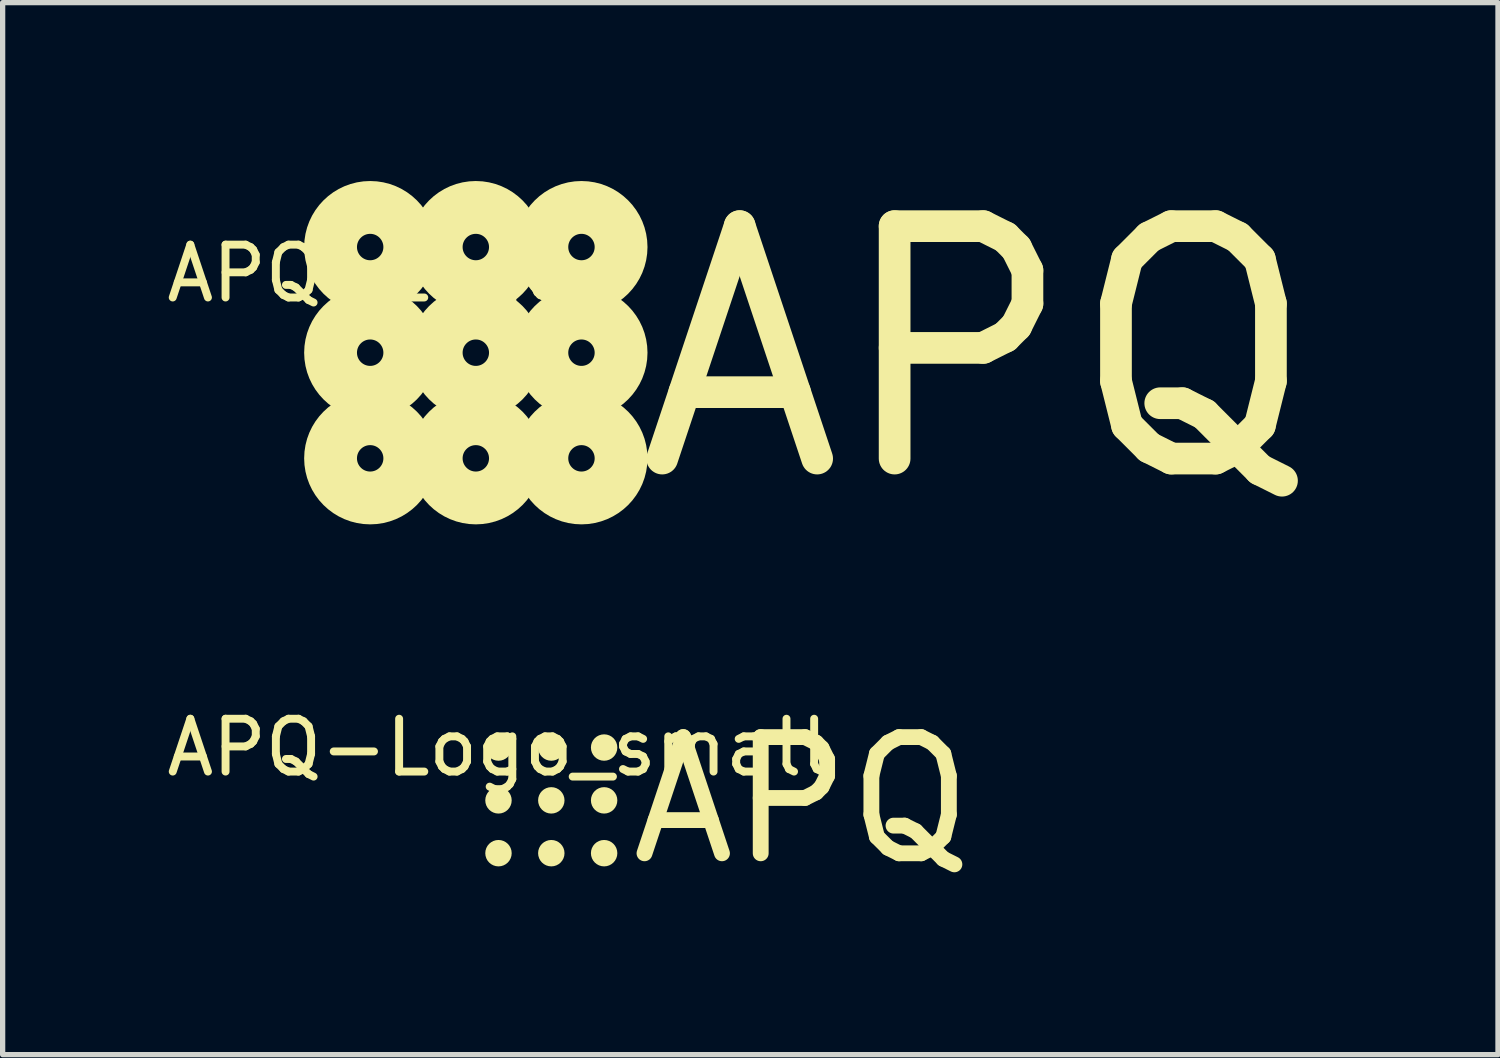
<source format=kicad_pcb>
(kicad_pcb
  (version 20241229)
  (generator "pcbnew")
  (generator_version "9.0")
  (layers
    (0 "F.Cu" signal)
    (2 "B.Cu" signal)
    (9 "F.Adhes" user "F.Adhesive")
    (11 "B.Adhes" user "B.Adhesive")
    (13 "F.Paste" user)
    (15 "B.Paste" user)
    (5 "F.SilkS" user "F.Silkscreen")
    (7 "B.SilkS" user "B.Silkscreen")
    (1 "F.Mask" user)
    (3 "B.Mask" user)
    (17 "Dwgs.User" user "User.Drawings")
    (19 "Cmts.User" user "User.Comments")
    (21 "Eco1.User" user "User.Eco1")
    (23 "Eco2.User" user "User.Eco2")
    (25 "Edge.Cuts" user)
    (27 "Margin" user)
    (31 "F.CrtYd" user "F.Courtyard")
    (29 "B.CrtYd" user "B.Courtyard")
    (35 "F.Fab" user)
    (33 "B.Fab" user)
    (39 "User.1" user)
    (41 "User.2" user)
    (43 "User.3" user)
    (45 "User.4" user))
  (footprint "APQ-Logo"
    (layer "F.Cu")
    (at 3.958 1.627)
    (property "Reference" "APQ-Logo" (at 0 0.5 0) (layer "F.SilkS") (effects (font (size 1 1) (thickness 0.15))))
    (attr exclude_from_pos_files exclude_from_bom)
    (fp_circle (center 0 0) (end 0.25 0) (stroke (width 1) (type solid)) (fill no) (layer "F.SilkS"))
    (fp_circle (center 0 2) (end 0.25 2) (stroke (width 1) (type solid)) (fill no) (layer "F.SilkS"))
    (fp_circle (center 0 4) (end 0.25 4) (stroke (width 1) (type solid)) (fill no) (layer "F.SilkS"))
    (fp_circle (center 2 0) (end 2.25 0) (stroke (width 1) (type solid)) (fill no) (layer "F.SilkS"))
    (fp_circle (center 2 2) (end 2.25 2) (stroke (width 1) (type solid)) (fill no) (layer "F.SilkS"))
    (fp_circle (center 2 4) (end 2.25 4) (stroke (width 1) (type solid)) (fill no) (layer "F.SilkS"))
    (fp_circle (center 4 0) (end 4.25 0) (stroke (width 1) (type solid)) (fill no) (layer "F.SilkS"))
    (fp_circle (center 4 2) (end 4.25 2) (stroke (width 1) (type solid)) (fill no) (layer "F.SilkS"))
    (fp_circle (center 4 4) (end 4.25 4) (stroke (width 1) (type solid)) (fill no) (layer "F.SilkS"))
    (fp_text user "APQ" (at 11.5 2 0) (layer "F.SilkS") (effects (font (size 4.4 4.4) (thickness 0.6)))))
  (footprint "APQ-Logo_small"
    (layer "F.Cu")
    (at 6.387 11.102)
    (property "Reference" "APQ-Logo_small" (at 0 0 0) (layer "F.SilkS") (effects (font (size 1 1) (thickness 0.15))))
    (attr exclude_from_pos_files exclude_from_bom)
    (fp_circle (center 0 0) (end 0.125 0) (stroke (width 0.25) (type solid)) (fill no) (layer "F.SilkS"))
    (fp_circle (center 0 1) (end 0.125 1) (stroke (width 0.25) (type solid)) (fill no) (layer "F.SilkS"))
    (fp_circle (center 0 2) (end 0.125 2) (stroke (width 0.25) (type solid)) (fill no) (layer "F.SilkS"))
    (fp_circle (center 1 0) (end 1.125 0) (stroke (width 0.25) (type solid)) (fill no) (layer "F.SilkS"))
    (fp_circle (center 1 1) (end 1.125 1) (stroke (width 0.25) (type solid)) (fill no) (layer "F.SilkS"))
    (fp_circle (center 1 2) (end 1.125 2) (stroke (width 0.25) (type solid)) (fill no) (layer "F.SilkS"))
    (fp_circle (center 2 0) (end 2.125 0) (stroke (width 0.25) (type solid)) (fill no) (layer "F.SilkS"))
    (fp_circle (center 2 1) (end 2.125 1) (stroke (width 0.25) (type solid)) (fill no) (layer "F.SilkS"))
    (fp_circle (center 2 2) (end 2.125 2) (stroke (width 0.25) (type solid)) (fill no) (layer "F.SilkS"))
    (fp_text user "APQ" (at 5.75 1 0) (layer "F.SilkS") (effects (font (size 2.2 2.2) (thickness 0.3)))))
  (gr_rect
    (start -3 -3)
    (end 25.309 16.916)
    (stroke (width 0.1) (type default))
    (fill no)
    (layer "Edge.Cuts")))
</source>
